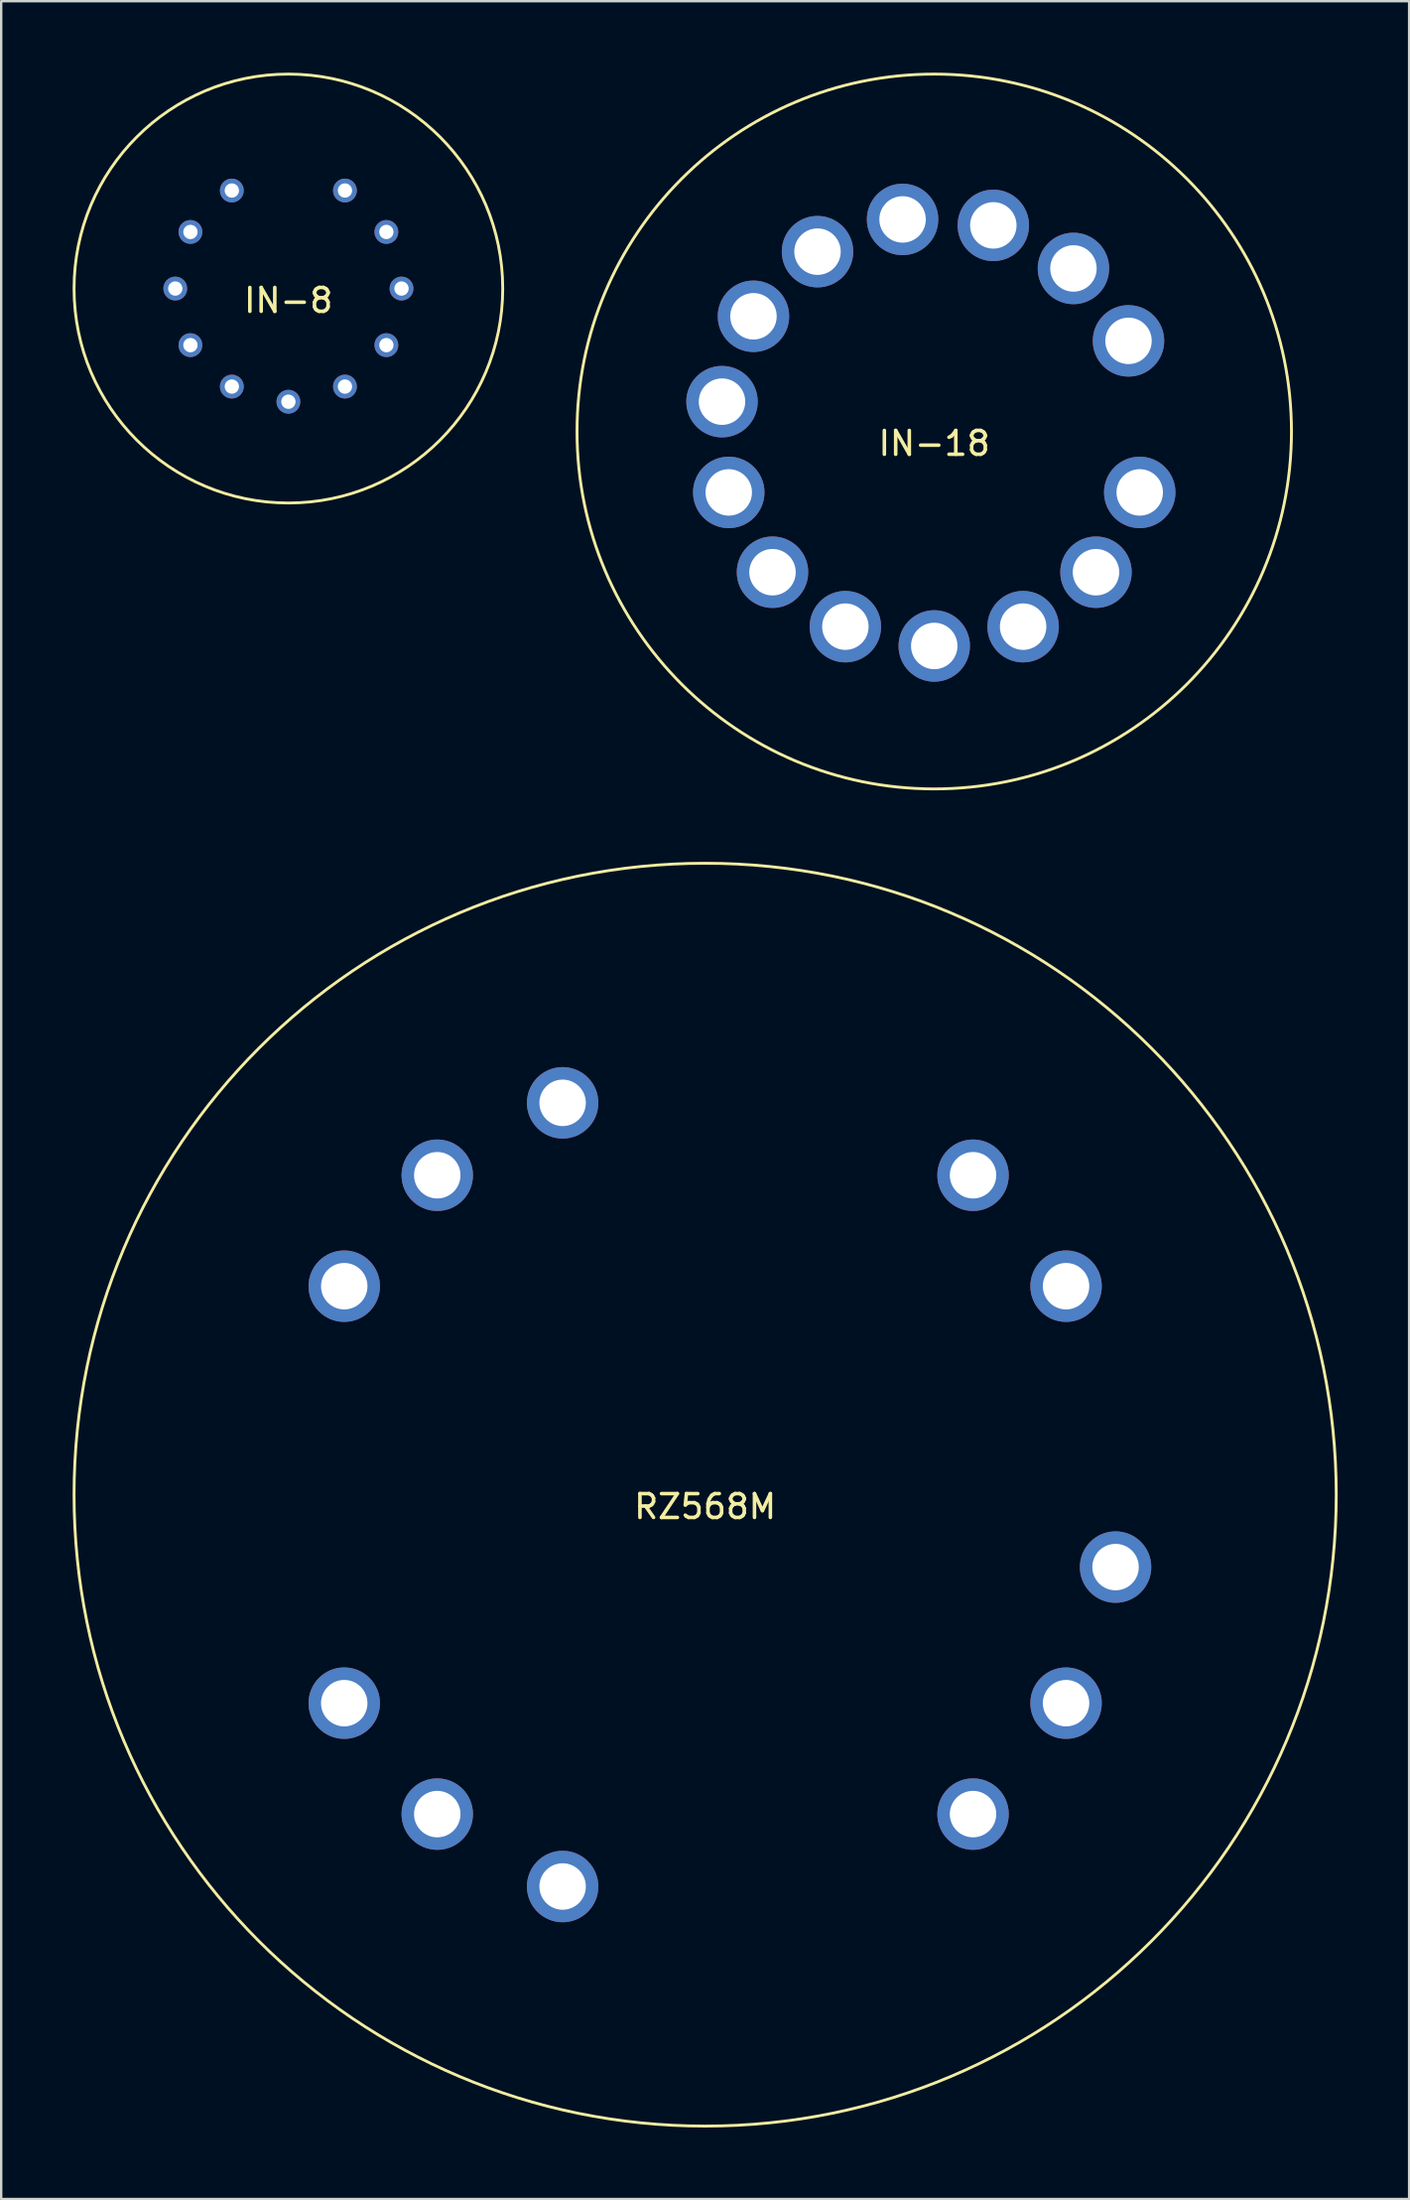
<source format=kicad_pcb>
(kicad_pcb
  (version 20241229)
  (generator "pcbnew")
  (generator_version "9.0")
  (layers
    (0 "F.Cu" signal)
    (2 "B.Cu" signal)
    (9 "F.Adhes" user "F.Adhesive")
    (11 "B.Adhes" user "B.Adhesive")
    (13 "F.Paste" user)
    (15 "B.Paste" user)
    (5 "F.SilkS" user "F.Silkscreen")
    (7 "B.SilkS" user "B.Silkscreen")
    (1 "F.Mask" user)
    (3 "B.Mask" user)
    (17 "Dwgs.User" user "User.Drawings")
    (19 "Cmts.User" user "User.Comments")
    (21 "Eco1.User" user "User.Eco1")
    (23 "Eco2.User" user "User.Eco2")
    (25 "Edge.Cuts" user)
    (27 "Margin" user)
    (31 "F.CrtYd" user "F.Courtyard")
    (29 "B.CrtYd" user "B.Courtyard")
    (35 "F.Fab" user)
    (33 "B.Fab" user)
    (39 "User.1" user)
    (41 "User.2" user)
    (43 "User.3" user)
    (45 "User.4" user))
  (footprint "IN-8"
    (layer "F.Cu")
    (at 9.06 9.06)
    (property "Reference" "IN-8" (at 0 0.5 0) (layer "F.SilkS") (effects (font (size 1 1) (thickness 0.15))))
    (attr through_hole)
    (fp_circle (center 0 0) (end 9 0) (stroke (width 0.12) (type solid)) (fill no) (layer "F.SilkS"))
    (pad "1" thru_hole circle (at -2.375 -4.114) (size 1 1) (drill 0.6) (layers "*.Cu" "*.Mask"))
    (pad "2" thru_hole circle (at 2.375 -4.114) (size 1 1) (drill 0.6) (layers "*.Cu" "*.Mask"))
    (pad "3" thru_hole circle (at 4.114 -2.375 90) (size 1 1) (drill 0.6) (layers "*.Cu" "*.Mask"))
    (pad "4" thru_hole circle (at 4.75 0) (size 1 1) (drill 0.6) (layers "*.Cu" "*.Mask"))
    (pad "5" thru_hole circle (at 4.114 2.375) (size 1 1) (drill 0.6) (layers "*.Cu" "*.Mask"))
    (pad "6" thru_hole circle (at 2.375 4.114) (size 1 1) (drill 0.6) (layers "*.Cu" "*.Mask"))
    (pad "7" thru_hole circle (at 0 4.75) (size 1 1) (drill 0.6) (layers "*.Cu" "*.Mask"))
    (pad "8" thru_hole circle (at -2.375 4.114) (size 1 1) (drill 0.6) (layers "*.Cu" "*.Mask"))
    (pad "9" thru_hole circle (at -4.114 2.375) (size 1 1) (drill 0.6) (layers "*.Cu" "*.Mask"))
    (pad "10" thru_hole circle (at -4.75 0) (size 1 1) (drill 0.6) (layers "*.Cu" "*.Mask"))
    (pad "11" thru_hole circle (at -4.114 -2.375) (size 1 1) (drill 0.6) (layers "*.Cu" "*.Mask")))
  (footprint "RZ568M"
    (layer "F.Cu")
    (at 26.56 59.68)
    (property "Reference" "RZ568M" (at 0 0.5 0) (layer "F.SilkS") (effects (font (size 1 1) (thickness 0.15))))
    (attr through_hole)
    (fp_circle (center 0 0) (end 26.5 0) (stroke (width 0.12) (type solid)) (fill no) (layer "F.SilkS"))
    (pad "1" thru_hole circle (at -5.985 -16.445) (size 3 3) (drill 1.95) (layers "*.Cu" "*.Mask"))
    (pad "2" thru_hole circle (at -15.155 -8.75) (size 3 3) (drill 1.95) (layers "*.Cu" "*.Mask"))
    (pad "3" thru_hole circle (at -5.985 16.445) (size 3 3) (drill 1.95) (layers "*.Cu" "*.Mask"))
    (pad "4" thru_hole circle (at -15.155 8.75) (size 3 3) (drill 1.95) (layers "*.Cu" "*.Mask"))
    (pad "5" thru_hole circle (at 11.249 -13.406) (size 3 3) (drill 1.95) (layers "*.Cu" "*.Mask"))
    (pad "6" thru_hole circle (at -11.249 13.406) (size 3 3) (drill 1.95) (layers "*.Cu" "*.Mask"))
    (pad "7" thru_hole circle (at 17.234 3.039) (size 3 3) (drill 1.95) (layers "*.Cu" "*.Mask"))
    (pad "8" thru_hole circle (at -11.249 -13.406) (size 3 3) (drill 1.95) (layers "*.Cu" "*.Mask"))
    (pad "9" thru_hole circle (at 15.155 -8.75) (size 3 3) (drill 1.95) (layers "*.Cu" "*.Mask"))
    (pad "10" thru_hole circle (at 11.249 13.406) (size 3 3) (drill 1.95) (layers "*.Cu" "*.Mask"))
    (pad "11" thru_hole circle (at 15.155 8.75) (size 3 3) (drill 1.95) (layers "*.Cu" "*.Mask")))
  (footprint "IN-18"
    (layer "F.Cu")
    (at 36.18 15.06)
    (property "Reference" "IN-18" (at 0 0.5 0) (layer "F.SilkS") (effects (font (size 1 1) (thickness 0.15))))
    (attr through_hole)
    (fp_circle (center 0 0) (end 15 0) (stroke (width 0.12) (type solid)) (fill no) (layer "F.SilkS"))
    (pad "" thru_hole circle (at -8.912 -1.253) (size 3 3) (drill 1.95) (layers "*.Cu" "*.Mask"))
    (pad "" thru_hole circle (at 8.629 2.556) (size 3 3) (drill 1.95) (layers "*.Cu" "*.Mask"))
    (pad "1" thru_hole circle (at 0 9) (size 3 3) (drill 1.95) (layers "*.Cu" "*.Mask"))
    (pad "1" thru_hole circle (at 2.481 -8.651) (size 3 3) (drill 1.95) (layers "*.Cu" "*.Mask"))
    (pad "2" thru_hole circle (at 5.845 -6.844) (size 3 3) (drill 1.95) (layers "*.Cu" "*.Mask"))
    (pad "3" thru_hole circle (at -1.33 -8.901) (size 3 3) (drill 1.95) (layers "*.Cu" "*.Mask"))
    (pad "4" thru_hole circle (at -4.902 -7.548) (size 3 3) (drill 1.95) (layers "*.Cu" "*.Mask"))
    (pad "5" thru_hole circle (at -8.629 2.556) (size 3 3) (drill 1.95) (layers "*.Cu" "*.Mask"))
    (pad "6" thru_hole circle (at 6.792 5.905) (size 3 3) (drill 1.95) (layers "*.Cu" "*.Mask"))
    (pad "7" thru_hole circle (at 3.732 8.19) (size 3 3) (drill 1.95) (layers "*.Cu" "*.Mask"))
    (pad "8" thru_hole circle (at -3.732 8.19) (size 3 3) (drill 1.95) (layers "*.Cu" "*.Mask"))
    (pad "9" thru_hole circle (at -6.792 5.905) (size 3 3) (drill 1.95) (layers "*.Cu" "*.Mask"))
    (pad "10" thru_hole circle (at -7.591 -4.836 90) (size 3 3) (drill 1.95) (layers "*.Cu" "*.Mask"))
    (pad "11" thru_hole circle (at 8.157 -3.804) (size 3 3) (drill 1.95) (layers "*.Cu" "*.Mask")))
  (gr_rect
    (start -3 -3)
    (end 56.12 89.24)
    (stroke (width 0.1) (type default))
    (fill no)
    (layer "Edge.Cuts")))
</source>
